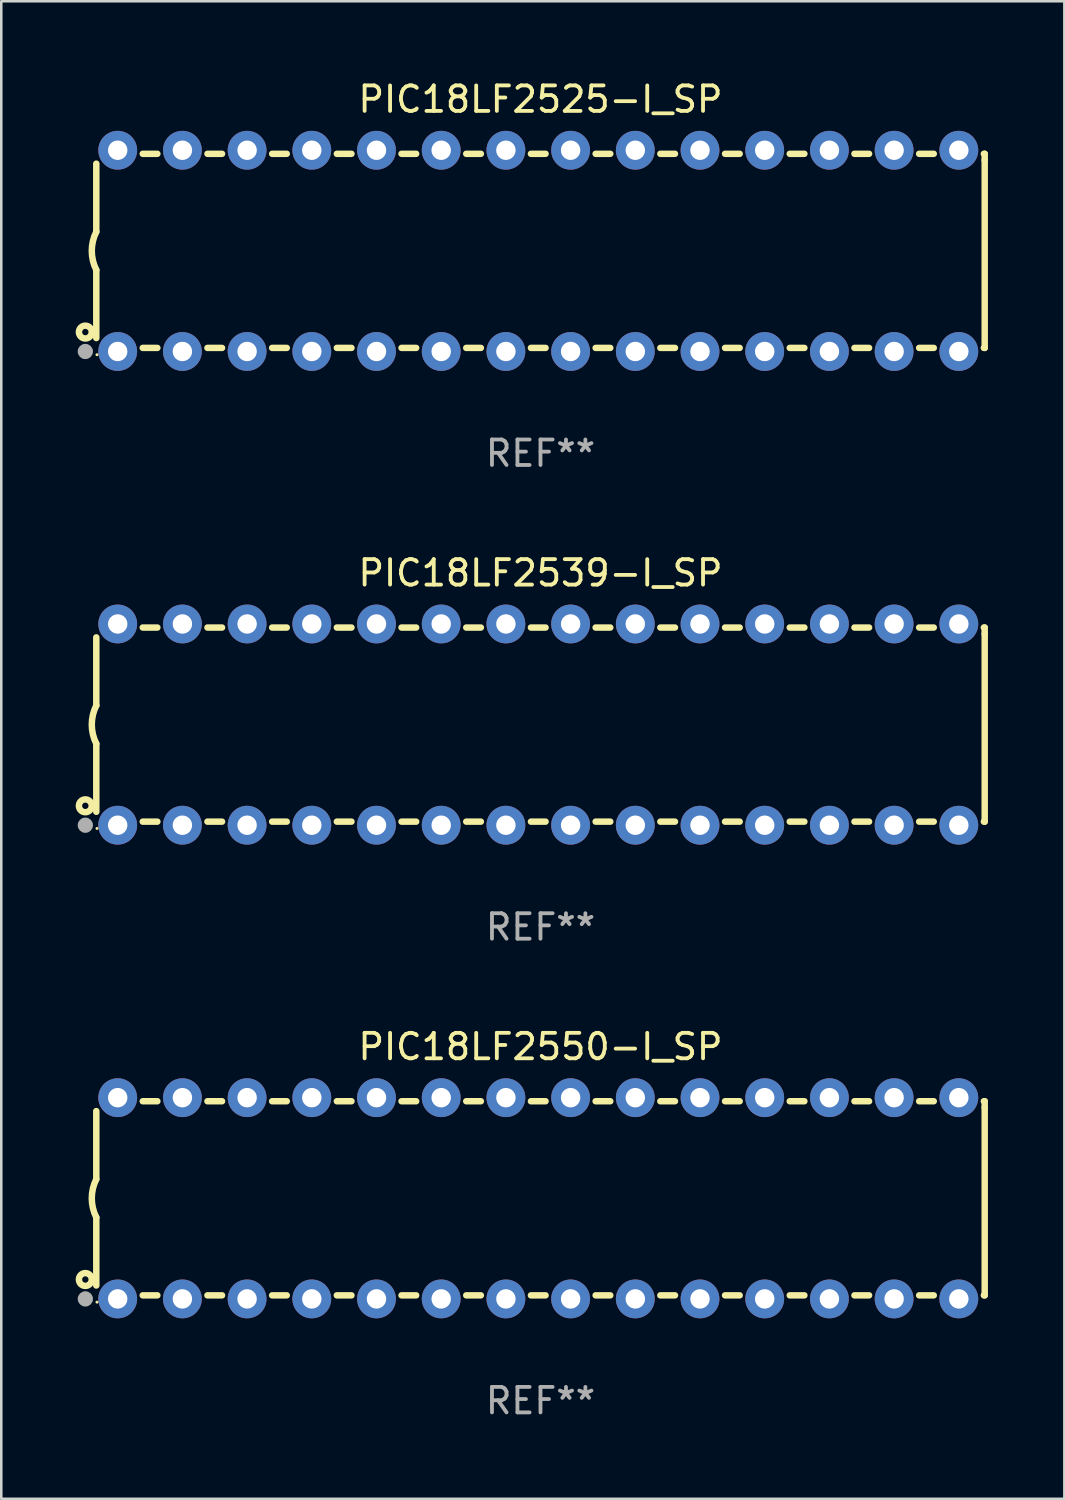
<source format=kicad_pcb>
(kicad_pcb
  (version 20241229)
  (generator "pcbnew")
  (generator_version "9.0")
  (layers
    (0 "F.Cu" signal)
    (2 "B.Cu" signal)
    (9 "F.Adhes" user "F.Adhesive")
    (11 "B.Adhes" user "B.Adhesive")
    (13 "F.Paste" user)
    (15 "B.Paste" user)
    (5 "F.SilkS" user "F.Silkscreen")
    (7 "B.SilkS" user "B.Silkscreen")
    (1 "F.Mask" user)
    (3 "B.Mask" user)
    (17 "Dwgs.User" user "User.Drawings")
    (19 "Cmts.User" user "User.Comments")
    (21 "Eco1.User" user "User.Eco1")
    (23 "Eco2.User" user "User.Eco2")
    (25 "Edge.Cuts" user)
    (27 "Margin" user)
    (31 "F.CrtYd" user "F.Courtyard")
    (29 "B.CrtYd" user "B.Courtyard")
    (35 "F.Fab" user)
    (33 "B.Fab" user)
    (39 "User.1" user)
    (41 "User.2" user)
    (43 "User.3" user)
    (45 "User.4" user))
  (footprint "PIC18LF2525-I_SP"
    (layer "F.Cu")
    (at 18.168 6.798)
    (property "Reference" "PIC18LF2525-I_SP" (at 0 -5.95 0) (layer "F.SilkS") (effects (font (size 1 1) (thickness 0.15))))
    (attr through_hole)
    (fp_line (start -17.438 0.75) (end -17.438 3.423) (stroke (width 0.254) (type solid)) (layer "F.SilkS"))
    (fp_line (start -17.438 -3.423) (end -17.438 -0.75) (stroke (width 0.254) (type solid)) (layer "F.SilkS"))
    (fp_line (start -15.615 3.81) (end -15.041 3.81) (stroke (width 0.254) (type solid)) (layer "F.SilkS"))
    (fp_line (start -15.041 -3.81) (end -15.614 -3.81) (stroke (width 0.254) (type solid)) (layer "F.SilkS"))
    (fp_line (start -13.075 3.81) (end -12.501 3.81) (stroke (width 0.254) (type solid)) (layer "F.SilkS"))
    (fp_line (start -12.501 -3.81) (end -13.074 -3.81) (stroke (width 0.254) (type solid)) (layer "F.SilkS"))
    (fp_line (start -10.535 3.81) (end -9.961 3.81) (stroke (width 0.254) (type solid)) (layer "F.SilkS"))
    (fp_line (start -9.961 -3.81) (end -10.534 -3.81) (stroke (width 0.254) (type solid)) (layer "F.SilkS"))
    (fp_line (start -7.995 3.81) (end -7.421 3.81) (stroke (width 0.254) (type solid)) (layer "F.SilkS"))
    (fp_line (start -7.421 -3.81) (end -7.995 -3.81) (stroke (width 0.254) (type solid)) (layer "F.SilkS"))
    (fp_line (start -5.455 3.81) (end -4.881 3.81) (stroke (width 0.254) (type solid)) (layer "F.SilkS"))
    (fp_line (start -4.881 -3.81) (end -5.455 -3.81) (stroke (width 0.254) (type solid)) (layer "F.SilkS"))
    (fp_line (start -2.915 3.81) (end -2.341 3.81) (stroke (width 0.254) (type solid)) (layer "F.SilkS"))
    (fp_line (start -2.341 -3.81) (end -2.915 -3.81) (stroke (width 0.254) (type solid)) (layer "F.SilkS"))
    (fp_line (start -0.375 3.81) (end 0.199 3.81) (stroke (width 0.254) (type solid)) (layer "F.SilkS"))
    (fp_line (start 0.199 -3.81) (end -0.375 -3.81) (stroke (width 0.254) (type solid)) (layer "F.SilkS"))
    (fp_line (start 2.165 3.81) (end 2.739 3.81) (stroke (width 0.254) (type solid)) (layer "F.SilkS"))
    (fp_line (start 2.739 -3.81) (end 2.165 -3.81) (stroke (width 0.254) (type solid)) (layer "F.SilkS"))
    (fp_line (start 4.705 3.81) (end 5.279 3.81) (stroke (width 0.254) (type solid)) (layer "F.SilkS"))
    (fp_line (start 5.279 -3.81) (end 4.705 -3.81) (stroke (width 0.254) (type solid)) (layer "F.SilkS"))
    (fp_line (start 7.245 3.81) (end 7.819 3.81) (stroke (width 0.254) (type solid)) (layer "F.SilkS"))
    (fp_line (start 7.819 -3.81) (end 7.245 -3.81) (stroke (width 0.254) (type solid)) (layer "F.SilkS"))
    (fp_line (start 9.785 3.81) (end 10.359 3.81) (stroke (width 0.254) (type solid)) (layer "F.SilkS"))
    (fp_line (start 10.359 -3.81) (end 9.785 -3.81) (stroke (width 0.254) (type solid)) (layer "F.SilkS"))
    (fp_line (start 12.325 3.81) (end 12.899 3.81) (stroke (width 0.254) (type solid)) (layer "F.SilkS"))
    (fp_line (start 12.899 -3.81) (end 12.325 -3.81) (stroke (width 0.254) (type solid)) (layer "F.SilkS"))
    (fp_line (start 14.865 3.81) (end 15.439 3.81) (stroke (width 0.254) (type solid)) (layer "F.SilkS"))
    (fp_line (start 15.439 -3.81) (end 14.865 -3.81) (stroke (width 0.254) (type solid)) (layer "F.SilkS"))
    (fp_line (start 17.405 3.81) (end 17.438 3.81) (stroke (width 0.254) (type solid)) (layer "F.SilkS"))
    (fp_line (start 17.438 -3.81) (end 17.405 -3.81) (stroke (width 0.254) (type solid)) (layer "F.SilkS"))
    (fp_line (start 17.438 -3.556) (end 17.438 -3.81) (stroke (width 0.254) (type solid)) (layer "F.SilkS"))
    (fp_line (start 17.438 3.81) (end 17.438 -3.556) (stroke (width 0.254) (type solid)) (layer "F.SilkS"))
    (fp_arc (start -17.437986 0.749657) (mid -17.614887 -0.000024) (end -17.437783 -0.749657) (stroke (width 0.254001) (type solid)) (layer "F.SilkS"))
    (fp_circle (center -17.868 3.188) (end -17.743 3.188) (stroke (width 0.254) (type solid)) (fill no) (layer "F.SilkS"))
    (fp_circle (center -17.411 4.077) (end -17.381 4.077) (stroke (width 0.06) (type solid)) (fill no) (layer "F.SilkS"))
    (fp_circle (center -17.868 3.95) (end -17.718 3.95) (stroke (width 0.3) (type solid)) (fill no) (layer "F.Fab"))
    (fp_text user "REF**" (at 0 7.95 0) (layer "F.Fab") (effects (font (size 1 1) (thickness 0.15))))
    (pad "1" thru_hole circle (at -16.598 3.95) (size 1.524 1.524) (drill 0.762) (layers "*.Cu" "*.Mask"))
    (pad "2" thru_hole circle (at -14.058 3.95) (size 1.524 1.524) (drill 0.762) (layers "*.Cu" "*.Mask"))
    (pad "3" thru_hole circle (at -11.518 3.95) (size 1.524 1.524) (drill 0.762) (layers "*.Cu" "*.Mask"))
    (pad "4" thru_hole circle (at -8.978 3.95) (size 1.524 1.524) (drill 0.762) (layers "*.Cu" "*.Mask"))
    (pad "5" thru_hole circle (at -6.438 3.95) (size 1.524 1.524) (drill 0.762) (layers "*.Cu" "*.Mask"))
    (pad "6" thru_hole circle (at -3.898 3.95) (size 1.524 1.524) (drill 0.762) (layers "*.Cu" "*.Mask"))
    (pad "7" thru_hole circle (at -1.358 3.95) (size 1.524 1.524) (drill 0.762) (layers "*.Cu" "*.Mask"))
    (pad "8" thru_hole circle (at 1.182 3.95) (size 1.524 1.524) (drill 0.762) (layers "*.Cu" "*.Mask"))
    (pad "9" thru_hole circle (at 3.722 3.95) (size 1.524 1.524) (drill 0.762) (layers "*.Cu" "*.Mask"))
    (pad "10" thru_hole circle (at 6.262 3.95) (size 1.524 1.524) (drill 0.762) (layers "*.Cu" "*.Mask"))
    (pad "11" thru_hole circle (at 8.802 3.95) (size 1.524 1.524) (drill 0.762) (layers "*.Cu" "*.Mask"))
    (pad "12" thru_hole circle (at 11.342 3.95) (size 1.524 1.524) (drill 0.762) (layers "*.Cu" "*.Mask"))
    (pad "13" thru_hole circle (at 13.882 3.95) (size 1.524 1.524) (drill 0.762) (layers "*.Cu" "*.Mask"))
    (pad "14" thru_hole circle (at 16.422 3.95) (size 1.524 1.524) (drill 0.762) (layers "*.Cu" "*.Mask"))
    (pad "15" thru_hole circle (at 16.422 -3.95) (size 1.524 1.524) (drill 0.762) (layers "*.Cu" "*.Mask"))
    (pad "16" thru_hole circle (at 13.882 -3.95) (size 1.524 1.524) (drill 0.762) (layers "*.Cu" "*.Mask"))
    (pad "17" thru_hole circle (at 11.342 -3.95) (size 1.524 1.524) (drill 0.762) (layers "*.Cu" "*.Mask"))
    (pad "18" thru_hole circle (at 8.802 -3.95) (size 1.524 1.524) (drill 0.762) (layers "*.Cu" "*.Mask"))
    (pad "19" thru_hole circle (at 6.262 -3.95) (size 1.524 1.524) (drill 0.762) (layers "*.Cu" "*.Mask"))
    (pad "20" thru_hole circle (at 3.722 -3.95) (size 1.524 1.524) (drill 0.762) (layers "*.Cu" "*.Mask"))
    (pad "21" thru_hole circle (at 1.182 -3.95) (size 1.524 1.524) (drill 0.762) (layers "*.Cu" "*.Mask"))
    (pad "22" thru_hole circle (at -1.358 -3.95) (size 1.524 1.524) (drill 0.762) (layers "*.Cu" "*.Mask"))
    (pad "23" thru_hole circle (at -3.898 -3.95) (size 1.524 1.524) (drill 0.762) (layers "*.Cu" "*.Mask"))
    (pad "24" thru_hole circle (at -6.438 -3.95) (size 1.524 1.524) (drill 0.762) (layers "*.Cu" "*.Mask"))
    (pad "25" thru_hole circle (at -8.978 -3.95) (size 1.524 1.524) (drill 0.762) (layers "*.Cu" "*.Mask"))
    (pad "26" thru_hole circle (at -11.517 -3.95) (size 1.524 1.524) (drill 0.762) (layers "*.Cu" "*.Mask"))
    (pad "27" thru_hole circle (at -14.057 -3.95) (size 1.524 1.524) (drill 0.762) (layers "*.Cu" "*.Mask"))
    (pad "28" thru_hole circle (at -16.597 -3.95) (size 1.524 1.524) (drill 0.762) (layers "*.Cu" "*.Mask")))
  (footprint "PIC18LF2550-I_SP"
    (layer "F.Cu")
    (at 18.168 43.991)
    (property "Reference" "PIC18LF2550-I_SP" (at 0 -5.95 0) (layer "F.SilkS") (effects (font (size 1 1) (thickness 0.15))))
    (attr through_hole)
    (fp_line (start -17.438 0.75) (end -17.438 3.423) (stroke (width 0.254) (type solid)) (layer "F.SilkS"))
    (fp_line (start -17.438 -3.423) (end -17.438 -0.75) (stroke (width 0.254) (type solid)) (layer "F.SilkS"))
    (fp_line (start -15.615 3.81) (end -15.041 3.81) (stroke (width 0.254) (type solid)) (layer "F.SilkS"))
    (fp_line (start -15.041 -3.81) (end -15.614 -3.81) (stroke (width 0.254) (type solid)) (layer "F.SilkS"))
    (fp_line (start -13.075 3.81) (end -12.501 3.81) (stroke (width 0.254) (type solid)) (layer "F.SilkS"))
    (fp_line (start -12.501 -3.81) (end -13.074 -3.81) (stroke (width 0.254) (type solid)) (layer "F.SilkS"))
    (fp_line (start -10.535 3.81) (end -9.961 3.81) (stroke (width 0.254) (type solid)) (layer "F.SilkS"))
    (fp_line (start -9.961 -3.81) (end -10.534 -3.81) (stroke (width 0.254) (type solid)) (layer "F.SilkS"))
    (fp_line (start -7.995 3.81) (end -7.421 3.81) (stroke (width 0.254) (type solid)) (layer "F.SilkS"))
    (fp_line (start -7.421 -3.81) (end -7.995 -3.81) (stroke (width 0.254) (type solid)) (layer "F.SilkS"))
    (fp_line (start -5.455 3.81) (end -4.881 3.81) (stroke (width 0.254) (type solid)) (layer "F.SilkS"))
    (fp_line (start -4.881 -3.81) (end -5.455 -3.81) (stroke (width 0.254) (type solid)) (layer "F.SilkS"))
    (fp_line (start -2.915 3.81) (end -2.341 3.81) (stroke (width 0.254) (type solid)) (layer "F.SilkS"))
    (fp_line (start -2.341 -3.81) (end -2.915 -3.81) (stroke (width 0.254) (type solid)) (layer "F.SilkS"))
    (fp_line (start -0.375 3.81) (end 0.199 3.81) (stroke (width 0.254) (type solid)) (layer "F.SilkS"))
    (fp_line (start 0.199 -3.81) (end -0.375 -3.81) (stroke (width 0.254) (type solid)) (layer "F.SilkS"))
    (fp_line (start 2.165 3.81) (end 2.739 3.81) (stroke (width 0.254) (type solid)) (layer "F.SilkS"))
    (fp_line (start 2.739 -3.81) (end 2.165 -3.81) (stroke (width 0.254) (type solid)) (layer "F.SilkS"))
    (fp_line (start 4.705 3.81) (end 5.279 3.81) (stroke (width 0.254) (type solid)) (layer "F.SilkS"))
    (fp_line (start 5.279 -3.81) (end 4.705 -3.81) (stroke (width 0.254) (type solid)) (layer "F.SilkS"))
    (fp_line (start 7.245 3.81) (end 7.819 3.81) (stroke (width 0.254) (type solid)) (layer "F.SilkS"))
    (fp_line (start 7.819 -3.81) (end 7.245 -3.81) (stroke (width 0.254) (type solid)) (layer "F.SilkS"))
    (fp_line (start 9.785 3.81) (end 10.359 3.81) (stroke (width 0.254) (type solid)) (layer "F.SilkS"))
    (fp_line (start 10.359 -3.81) (end 9.785 -3.81) (stroke (width 0.254) (type solid)) (layer "F.SilkS"))
    (fp_line (start 12.325 3.81) (end 12.899 3.81) (stroke (width 0.254) (type solid)) (layer "F.SilkS"))
    (fp_line (start 12.899 -3.81) (end 12.325 -3.81) (stroke (width 0.254) (type solid)) (layer "F.SilkS"))
    (fp_line (start 14.865 3.81) (end 15.439 3.81) (stroke (width 0.254) (type solid)) (layer "F.SilkS"))
    (fp_line (start 15.439 -3.81) (end 14.865 -3.81) (stroke (width 0.254) (type solid)) (layer "F.SilkS"))
    (fp_line (start 17.405 3.81) (end 17.438 3.81) (stroke (width 0.254) (type solid)) (layer "F.SilkS"))
    (fp_line (start 17.438 -3.81) (end 17.405 -3.81) (stroke (width 0.254) (type solid)) (layer "F.SilkS"))
    (fp_line (start 17.438 -3.556) (end 17.438 -3.81) (stroke (width 0.254) (type solid)) (layer "F.SilkS"))
    (fp_line (start 17.438 3.81) (end 17.438 -3.556) (stroke (width 0.254) (type solid)) (layer "F.SilkS"))
    (fp_arc (start -17.437986 0.749657) (mid -17.614887 -0.000024) (end -17.437783 -0.749657) (stroke (width 0.254001) (type solid)) (layer "F.SilkS"))
    (fp_circle (center -17.868 3.188) (end -17.743 3.188) (stroke (width 0.254) (type solid)) (fill no) (layer "F.SilkS"))
    (fp_circle (center -17.411 4.077) (end -17.381 4.077) (stroke (width 0.06) (type solid)) (fill no) (layer "F.SilkS"))
    (fp_circle (center -17.868 3.95) (end -17.718 3.95) (stroke (width 0.3) (type solid)) (fill no) (layer "F.Fab"))
    (fp_text user "REF**" (at 0 7.95 0) (layer "F.Fab") (effects (font (size 1 1) (thickness 0.15))))
    (pad "1" thru_hole circle (at -16.598 3.95) (size 1.524 1.524) (drill 0.762) (layers "*.Cu" "*.Mask"))
    (pad "2" thru_hole circle (at -14.058 3.95) (size 1.524 1.524) (drill 0.762) (layers "*.Cu" "*.Mask"))
    (pad "3" thru_hole circle (at -11.518 3.95) (size 1.524 1.524) (drill 0.762) (layers "*.Cu" "*.Mask"))
    (pad "4" thru_hole circle (at -8.978 3.95) (size 1.524 1.524) (drill 0.762) (layers "*.Cu" "*.Mask"))
    (pad "5" thru_hole circle (at -6.438 3.95) (size 1.524 1.524) (drill 0.762) (layers "*.Cu" "*.Mask"))
    (pad "6" thru_hole circle (at -3.898 3.95) (size 1.524 1.524) (drill 0.762) (layers "*.Cu" "*.Mask"))
    (pad "7" thru_hole circle (at -1.358 3.95) (size 1.524 1.524) (drill 0.762) (layers "*.Cu" "*.Mask"))
    (pad "8" thru_hole circle (at 1.182 3.95) (size 1.524 1.524) (drill 0.762) (layers "*.Cu" "*.Mask"))
    (pad "9" thru_hole circle (at 3.722 3.95) (size 1.524 1.524) (drill 0.762) (layers "*.Cu" "*.Mask"))
    (pad "10" thru_hole circle (at 6.262 3.95) (size 1.524 1.524) (drill 0.762) (layers "*.Cu" "*.Mask"))
    (pad "11" thru_hole circle (at 8.802 3.95) (size 1.524 1.524) (drill 0.762) (layers "*.Cu" "*.Mask"))
    (pad "12" thru_hole circle (at 11.342 3.95) (size 1.524 1.524) (drill 0.762) (layers "*.Cu" "*.Mask"))
    (pad "13" thru_hole circle (at 13.882 3.95) (size 1.524 1.524) (drill 0.762) (layers "*.Cu" "*.Mask"))
    (pad "14" thru_hole circle (at 16.422 3.95) (size 1.524 1.524) (drill 0.762) (layers "*.Cu" "*.Mask"))
    (pad "15" thru_hole circle (at 16.422 -3.95) (size 1.524 1.524) (drill 0.762) (layers "*.Cu" "*.Mask"))
    (pad "16" thru_hole circle (at 13.882 -3.95) (size 1.524 1.524) (drill 0.762) (layers "*.Cu" "*.Mask"))
    (pad "17" thru_hole circle (at 11.342 -3.95) (size 1.524 1.524) (drill 0.762) (layers "*.Cu" "*.Mask"))
    (pad "18" thru_hole circle (at 8.802 -3.95) (size 1.524 1.524) (drill 0.762) (layers "*.Cu" "*.Mask"))
    (pad "19" thru_hole circle (at 6.262 -3.95) (size 1.524 1.524) (drill 0.762) (layers "*.Cu" "*.Mask"))
    (pad "20" thru_hole circle (at 3.722 -3.95) (size 1.524 1.524) (drill 0.762) (layers "*.Cu" "*.Mask"))
    (pad "21" thru_hole circle (at 1.182 -3.95) (size 1.524 1.524) (drill 0.762) (layers "*.Cu" "*.Mask"))
    (pad "22" thru_hole circle (at -1.358 -3.95) (size 1.524 1.524) (drill 0.762) (layers "*.Cu" "*.Mask"))
    (pad "23" thru_hole circle (at -3.898 -3.95) (size 1.524 1.524) (drill 0.762) (layers "*.Cu" "*.Mask"))
    (pad "24" thru_hole circle (at -6.438 -3.95) (size 1.524 1.524) (drill 0.762) (layers "*.Cu" "*.Mask"))
    (pad "25" thru_hole circle (at -8.978 -3.95) (size 1.524 1.524) (drill 0.762) (layers "*.Cu" "*.Mask"))
    (pad "26" thru_hole circle (at -11.517 -3.95) (size 1.524 1.524) (drill 0.762) (layers "*.Cu" "*.Mask"))
    (pad "27" thru_hole circle (at -14.057 -3.95) (size 1.524 1.524) (drill 0.762) (layers "*.Cu" "*.Mask"))
    (pad "28" thru_hole circle (at -16.597 -3.95) (size 1.524 1.524) (drill 0.762) (layers "*.Cu" "*.Mask")))
  (footprint "PIC18LF2539-I_SP"
    (layer "F.Cu")
    (at 18.168 25.395)
    (property "Reference" "PIC18LF2539-I_SP" (at 0 -5.95 0) (layer "F.SilkS") (effects (font (size 1 1) (thickness 0.15))))
    (attr through_hole)
    (fp_line (start -17.438 0.75) (end -17.438 3.423) (stroke (width 0.254) (type solid)) (layer "F.SilkS"))
    (fp_line (start -17.438 -3.423) (end -17.438 -0.75) (stroke (width 0.254) (type solid)) (layer "F.SilkS"))
    (fp_line (start -15.615 3.81) (end -15.041 3.81) (stroke (width 0.254) (type solid)) (layer "F.SilkS"))
    (fp_line (start -15.041 -3.81) (end -15.614 -3.81) (stroke (width 0.254) (type solid)) (layer "F.SilkS"))
    (fp_line (start -13.075 3.81) (end -12.501 3.81) (stroke (width 0.254) (type solid)) (layer "F.SilkS"))
    (fp_line (start -12.501 -3.81) (end -13.074 -3.81) (stroke (width 0.254) (type solid)) (layer "F.SilkS"))
    (fp_line (start -10.535 3.81) (end -9.961 3.81) (stroke (width 0.254) (type solid)) (layer "F.SilkS"))
    (fp_line (start -9.961 -3.81) (end -10.534 -3.81) (stroke (width 0.254) (type solid)) (layer "F.SilkS"))
    (fp_line (start -7.995 3.81) (end -7.421 3.81) (stroke (width 0.254) (type solid)) (layer "F.SilkS"))
    (fp_line (start -7.421 -3.81) (end -7.995 -3.81) (stroke (width 0.254) (type solid)) (layer "F.SilkS"))
    (fp_line (start -5.455 3.81) (end -4.881 3.81) (stroke (width 0.254) (type solid)) (layer "F.SilkS"))
    (fp_line (start -4.881 -3.81) (end -5.455 -3.81) (stroke (width 0.254) (type solid)) (layer "F.SilkS"))
    (fp_line (start -2.915 3.81) (end -2.341 3.81) (stroke (width 0.254) (type solid)) (layer "F.SilkS"))
    (fp_line (start -2.341 -3.81) (end -2.915 -3.81) (stroke (width 0.254) (type solid)) (layer "F.SilkS"))
    (fp_line (start -0.375 3.81) (end 0.199 3.81) (stroke (width 0.254) (type solid)) (layer "F.SilkS"))
    (fp_line (start 0.199 -3.81) (end -0.375 -3.81) (stroke (width 0.254) (type solid)) (layer "F.SilkS"))
    (fp_line (start 2.165 3.81) (end 2.739 3.81) (stroke (width 0.254) (type solid)) (layer "F.SilkS"))
    (fp_line (start 2.739 -3.81) (end 2.165 -3.81) (stroke (width 0.254) (type solid)) (layer "F.SilkS"))
    (fp_line (start 4.705 3.81) (end 5.279 3.81) (stroke (width 0.254) (type solid)) (layer "F.SilkS"))
    (fp_line (start 5.279 -3.81) (end 4.705 -3.81) (stroke (width 0.254) (type solid)) (layer "F.SilkS"))
    (fp_line (start 7.245 3.81) (end 7.819 3.81) (stroke (width 0.254) (type solid)) (layer "F.SilkS"))
    (fp_line (start 7.819 -3.81) (end 7.245 -3.81) (stroke (width 0.254) (type solid)) (layer "F.SilkS"))
    (fp_line (start 9.785 3.81) (end 10.359 3.81) (stroke (width 0.254) (type solid)) (layer "F.SilkS"))
    (fp_line (start 10.359 -3.81) (end 9.785 -3.81) (stroke (width 0.254) (type solid)) (layer "F.SilkS"))
    (fp_line (start 12.325 3.81) (end 12.899 3.81) (stroke (width 0.254) (type solid)) (layer "F.SilkS"))
    (fp_line (start 12.899 -3.81) (end 12.325 -3.81) (stroke (width 0.254) (type solid)) (layer "F.SilkS"))
    (fp_line (start 14.865 3.81) (end 15.439 3.81) (stroke (width 0.254) (type solid)) (layer "F.SilkS"))
    (fp_line (start 15.439 -3.81) (end 14.865 -3.81) (stroke (width 0.254) (type solid)) (layer "F.SilkS"))
    (fp_line (start 17.405 3.81) (end 17.438 3.81) (stroke (width 0.254) (type solid)) (layer "F.SilkS"))
    (fp_line (start 17.438 -3.81) (end 17.405 -3.81) (stroke (width 0.254) (type solid)) (layer "F.SilkS"))
    (fp_line (start 17.438 -3.556) (end 17.438 -3.81) (stroke (width 0.254) (type solid)) (layer "F.SilkS"))
    (fp_line (start 17.438 3.81) (end 17.438 -3.556) (stroke (width 0.254) (type solid)) (layer "F.SilkS"))
    (fp_arc (start -17.437986 0.749657) (mid -17.614887 -0.000024) (end -17.437783 -0.749657) (stroke (width 0.254001) (type solid)) (layer "F.SilkS"))
    (fp_circle (center -17.868 3.188) (end -17.743 3.188) (stroke (width 0.254) (type solid)) (fill no) (layer "F.SilkS"))
    (fp_circle (center -17.411 4.077) (end -17.381 4.077) (stroke (width 0.06) (type solid)) (fill no) (layer "F.SilkS"))
    (fp_circle (center -17.868 3.95) (end -17.718 3.95) (stroke (width 0.3) (type solid)) (fill no) (layer "F.Fab"))
    (fp_text user "REF**" (at 0 7.95 0) (layer "F.Fab") (effects (font (size 1 1) (thickness 0.15))))
    (pad "1" thru_hole circle (at -16.598 3.95) (size 1.524 1.524) (drill 0.762) (layers "*.Cu" "*.Mask"))
    (pad "2" thru_hole circle (at -14.058 3.95) (size 1.524 1.524) (drill 0.762) (layers "*.Cu" "*.Mask"))
    (pad "3" thru_hole circle (at -11.518 3.95) (size 1.524 1.524) (drill 0.762) (layers "*.Cu" "*.Mask"))
    (pad "4" thru_hole circle (at -8.978 3.95) (size 1.524 1.524) (drill 0.762) (layers "*.Cu" "*.Mask"))
    (pad "5" thru_hole circle (at -6.438 3.95) (size 1.524 1.524) (drill 0.762) (layers "*.Cu" "*.Mask"))
    (pad "6" thru_hole circle (at -3.898 3.95) (size 1.524 1.524) (drill 0.762) (layers "*.Cu" "*.Mask"))
    (pad "7" thru_hole circle (at -1.358 3.95) (size 1.524 1.524) (drill 0.762) (layers "*.Cu" "*.Mask"))
    (pad "8" thru_hole circle (at 1.182 3.95) (size 1.524 1.524) (drill 0.762) (layers "*.Cu" "*.Mask"))
    (pad "9" thru_hole circle (at 3.722 3.95) (size 1.524 1.524) (drill 0.762) (layers "*.Cu" "*.Mask"))
    (pad "10" thru_hole circle (at 6.262 3.95) (size 1.524 1.524) (drill 0.762) (layers "*.Cu" "*.Mask"))
    (pad "11" thru_hole circle (at 8.802 3.95) (size 1.524 1.524) (drill 0.762) (layers "*.Cu" "*.Mask"))
    (pad "12" thru_hole circle (at 11.342 3.95) (size 1.524 1.524) (drill 0.762) (layers "*.Cu" "*.Mask"))
    (pad "13" thru_hole circle (at 13.882 3.95) (size 1.524 1.524) (drill 0.762) (layers "*.Cu" "*.Mask"))
    (pad "14" thru_hole circle (at 16.422 3.95) (size 1.524 1.524) (drill 0.762) (layers "*.Cu" "*.Mask"))
    (pad "15" thru_hole circle (at 16.422 -3.95) (size 1.524 1.524) (drill 0.762) (layers "*.Cu" "*.Mask"))
    (pad "16" thru_hole circle (at 13.882 -3.95) (size 1.524 1.524) (drill 0.762) (layers "*.Cu" "*.Mask"))
    (pad "17" thru_hole circle (at 11.342 -3.95) (size 1.524 1.524) (drill 0.762) (layers "*.Cu" "*.Mask"))
    (pad "18" thru_hole circle (at 8.802 -3.95) (size 1.524 1.524) (drill 0.762) (layers "*.Cu" "*.Mask"))
    (pad "19" thru_hole circle (at 6.262 -3.95) (size 1.524 1.524) (drill 0.762) (layers "*.Cu" "*.Mask"))
    (pad "20" thru_hole circle (at 3.722 -3.95) (size 1.524 1.524) (drill 0.762) (layers "*.Cu" "*.Mask"))
    (pad "21" thru_hole circle (at 1.182 -3.95) (size 1.524 1.524) (drill 0.762) (layers "*.Cu" "*.Mask"))
    (pad "22" thru_hole circle (at -1.358 -3.95) (size 1.524 1.524) (drill 0.762) (layers "*.Cu" "*.Mask"))
    (pad "23" thru_hole circle (at -3.898 -3.95) (size 1.524 1.524) (drill 0.762) (layers "*.Cu" "*.Mask"))
    (pad "24" thru_hole circle (at -6.438 -3.95) (size 1.524 1.524) (drill 0.762) (layers "*.Cu" "*.Mask"))
    (pad "25" thru_hole circle (at -8.978 -3.95) (size 1.524 1.524) (drill 0.762) (layers "*.Cu" "*.Mask"))
    (pad "26" thru_hole circle (at -11.517 -3.95) (size 1.524 1.524) (drill 0.762) (layers "*.Cu" "*.Mask"))
    (pad "27" thru_hole circle (at -14.057 -3.95) (size 1.524 1.524) (drill 0.762) (layers "*.Cu" "*.Mask"))
    (pad "28" thru_hole circle (at -16.597 -3.95) (size 1.524 1.524) (drill 0.762) (layers "*.Cu" "*.Mask")))
  (gr_rect
    (start -3 -3)
    (end 38.733 55.789)
    (stroke (width 0.1) (type default))
    (fill no)
    (layer "Edge.Cuts")))
</source>
